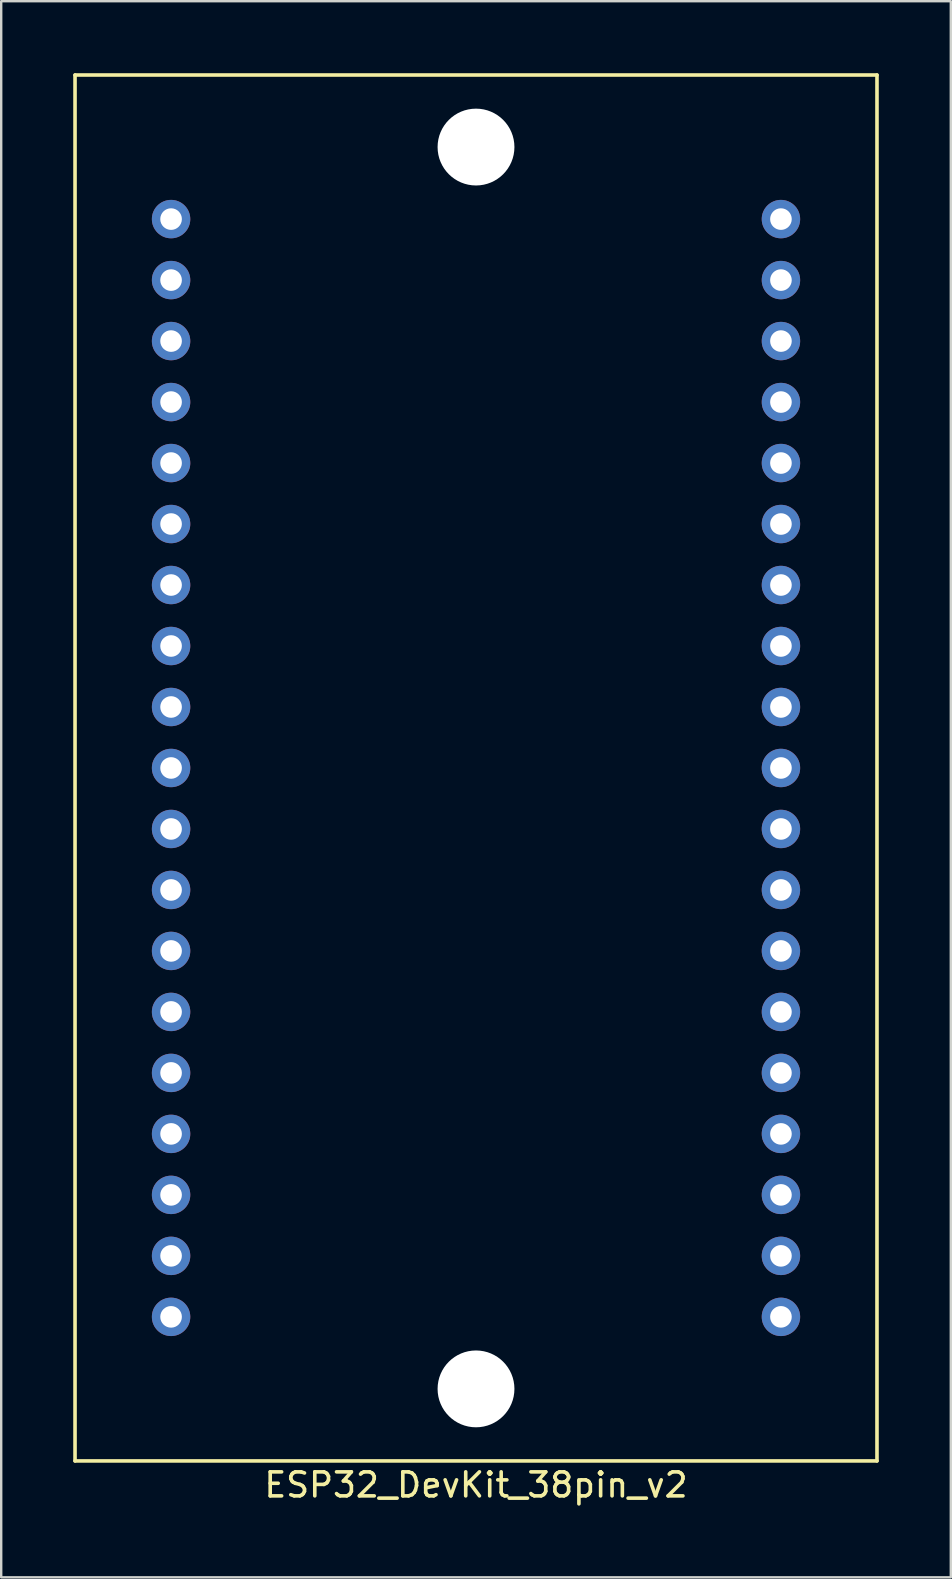
<source format=kicad_pcb>
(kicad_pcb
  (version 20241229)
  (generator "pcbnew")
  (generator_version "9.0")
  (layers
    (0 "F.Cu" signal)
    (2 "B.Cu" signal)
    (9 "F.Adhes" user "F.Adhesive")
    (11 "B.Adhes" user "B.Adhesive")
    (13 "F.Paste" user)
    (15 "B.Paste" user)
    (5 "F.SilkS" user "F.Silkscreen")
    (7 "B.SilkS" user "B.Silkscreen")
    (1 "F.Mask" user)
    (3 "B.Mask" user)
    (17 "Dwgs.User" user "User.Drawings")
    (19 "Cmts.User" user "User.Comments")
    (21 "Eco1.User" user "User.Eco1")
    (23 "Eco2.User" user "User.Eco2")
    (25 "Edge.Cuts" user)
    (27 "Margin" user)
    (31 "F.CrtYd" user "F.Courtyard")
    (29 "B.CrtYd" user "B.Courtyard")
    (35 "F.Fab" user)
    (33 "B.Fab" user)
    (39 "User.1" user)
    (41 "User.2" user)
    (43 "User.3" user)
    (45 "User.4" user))
  (footprint "ESP32_DevKit_38pin_v2"
    (layer "F.Cu")
    (at 16.775 28.935)
    (property "Reference" "ESP32_DevKit_38pin_v2" (at 0 29.86 0) (layer "F.SilkS") (effects (font (size 1 1) (thickness 0.15))))
    (attr through_hole)
    (fp_line (start -16.7 -28.86) (end 16.7 -28.86) (stroke (width 0.15) (type solid)) (layer "F.SilkS"))
    (fp_line (start -16.7 28.86) (end -16.7 -28.86) (stroke (width 0.15) (type solid)) (layer "F.SilkS"))
    (fp_line (start -16.7 28.86) (end 16.7 28.86) (stroke (width 0.15) (type solid)) (layer "F.SilkS"))
    (fp_line (start 16.7 28.86) (end 16.7 -28.86) (stroke (width 0.15) (type solid)) (layer "F.SilkS"))
    (pad "" np_thru_hole circle (at 0 -25.86) (size 3.2 3.2) (drill 3.2) (layers "*.Cu" "*.Mask"))
    (pad "" np_thru_hole circle (at 0 25.86) (size 3.2 3.2) (drill 3.2) (layers "*.Cu" "*.Mask"))
    (pad "1" thru_hole circle (at -12.7 22.86) (size 1.6 1.6) (drill 0.9) (layers "*.Cu" "*.Mask"))
    (pad "2" thru_hole circle (at -12.7 20.32) (size 1.6 1.6) (drill 0.9) (layers "*.Cu" "*.Mask"))
    (pad "3" thru_hole circle (at -12.7 17.78) (size 1.6 1.6) (drill 0.9) (layers "*.Cu" "*.Mask"))
    (pad "4" thru_hole circle (at -12.7 15.24) (size 1.6 1.6) (drill 0.9) (layers "*.Cu" "*.Mask"))
    (pad "5" thru_hole circle (at -12.7 12.7) (size 1.6 1.6) (drill 0.9) (layers "*.Cu" "*.Mask"))
    (pad "6" thru_hole circle (at -12.7 10.16) (size 1.6 1.6) (drill 0.9) (layers "*.Cu" "*.Mask"))
    (pad "7" thru_hole circle (at -12.7 7.62) (size 1.6 1.6) (drill 0.9) (layers "*.Cu" "*.Mask"))
    (pad "8" thru_hole circle (at -12.7 5.08) (size 1.6 1.6) (drill 0.9) (layers "*.Cu" "*.Mask"))
    (pad "9" thru_hole circle (at -12.7 2.54) (size 1.6 1.6) (drill 0.9) (layers "*.Cu" "*.Mask"))
    (pad "10" thru_hole circle (at -12.7 0) (size 1.6 1.6) (drill 0.9) (layers "*.Cu" "*.Mask"))
    (pad "11" thru_hole circle (at -12.7 -2.54) (size 1.6 1.6) (drill 0.9) (layers "*.Cu" "*.Mask"))
    (pad "12" thru_hole circle (at -12.7 -5.08) (size 1.6 1.6) (drill 0.9) (layers "*.Cu" "*.Mask"))
    (pad "13" thru_hole circle (at -12.7 -7.62) (size 1.6 1.6) (drill 0.9) (layers "*.Cu" "*.Mask"))
    (pad "14" thru_hole circle (at -12.7 -10.16) (size 1.6 1.6) (drill 0.9) (layers "*.Cu" "*.Mask"))
    (pad "15" thru_hole circle (at -12.7 -12.7) (size 1.6 1.6) (drill 0.9) (layers "*.Cu" "*.Mask"))
    (pad "16" thru_hole circle (at -12.7 -15.24) (size 1.6 1.6) (drill 0.9) (layers "*.Cu" "*.Mask"))
    (pad "17" thru_hole circle (at -12.7 -17.78) (size 1.6 1.6) (drill 0.9) (layers "*.Cu" "*.Mask"))
    (pad "18" thru_hole circle (at -12.7 -20.32) (size 1.6 1.6) (drill 0.9) (layers "*.Cu" "*.Mask"))
    (pad "19" thru_hole circle (at -12.7 -22.86) (size 1.6 1.6) (drill 0.9) (layers "*.Cu" "*.Mask"))
    (pad "20" thru_hole circle (at 12.7 22.86) (size 1.6 1.6) (drill 0.9) (layers "*.Cu" "*.Mask"))
    (pad "21" thru_hole circle (at 12.7 20.32) (size 1.6 1.6) (drill 0.9) (layers "*.Cu" "*.Mask"))
    (pad "22" thru_hole circle (at 12.7 17.78) (size 1.6 1.6) (drill 0.9) (layers "*.Cu" "*.Mask"))
    (pad "23" thru_hole circle (at 12.7 15.24) (size 1.6 1.6) (drill 0.9) (layers "*.Cu" "*.Mask"))
    (pad "24" thru_hole circle (at 12.7 12.7) (size 1.6 1.6) (drill 0.9) (layers "*.Cu" "*.Mask"))
    (pad "25" thru_hole circle (at 12.7 10.16) (size 1.6 1.6) (drill 0.9) (layers "*.Cu" "*.Mask"))
    (pad "26" thru_hole circle (at 12.7 7.62) (size 1.6 1.6) (drill 0.9) (layers "*.Cu" "*.Mask"))
    (pad "27" thru_hole circle (at 12.7 5.08) (size 1.6 1.6) (drill 0.9) (layers "*.Cu" "*.Mask"))
    (pad "28" thru_hole circle (at 12.7 2.54) (size 1.6 1.6) (drill 0.9) (layers "*.Cu" "*.Mask"))
    (pad "29" thru_hole circle (at 12.7 0) (size 1.6 1.6) (drill 0.9) (layers "*.Cu" "*.Mask"))
    (pad "30" thru_hole circle (at 12.7 -2.54) (size 1.6 1.6) (drill 0.9) (layers "*.Cu" "*.Mask"))
    (pad "31" thru_hole circle (at 12.7 -5.08) (size 1.6 1.6) (drill 0.9) (layers "*.Cu" "*.Mask"))
    (pad "32" thru_hole circle (at 12.7 -7.62) (size 1.6 1.6) (drill 0.9) (layers "*.Cu" "*.Mask"))
    (pad "33" thru_hole circle (at 12.7 -10.16) (size 1.6 1.6) (drill 0.9) (layers "*.Cu" "*.Mask"))
    (pad "34" thru_hole circle (at 12.7 -12.7) (size 1.6 1.6) (drill 0.9) (layers "*.Cu" "*.Mask"))
    (pad "35" thru_hole circle (at 12.7 -15.24) (size 1.6 1.6) (drill 0.9) (layers "*.Cu" "*.Mask"))
    (pad "36" thru_hole circle (at 12.7 -17.78) (size 1.6 1.6) (drill 0.9) (layers "*.Cu" "*.Mask"))
    (pad "37" thru_hole circle (at 12.7 -20.32) (size 1.6 1.6) (drill 0.9) (layers "*.Cu" "*.Mask"))
    (pad "38" thru_hole circle (at 12.7 -22.86) (size 1.6 1.6) (drill 0.9) (layers "*.Cu" "*.Mask")))
  (gr_rect
    (start -3 -3)
    (end 36.55 62.643)
    (stroke (width 0.1) (type default))
    (fill no)
    (layer "Edge.Cuts")))
</source>
